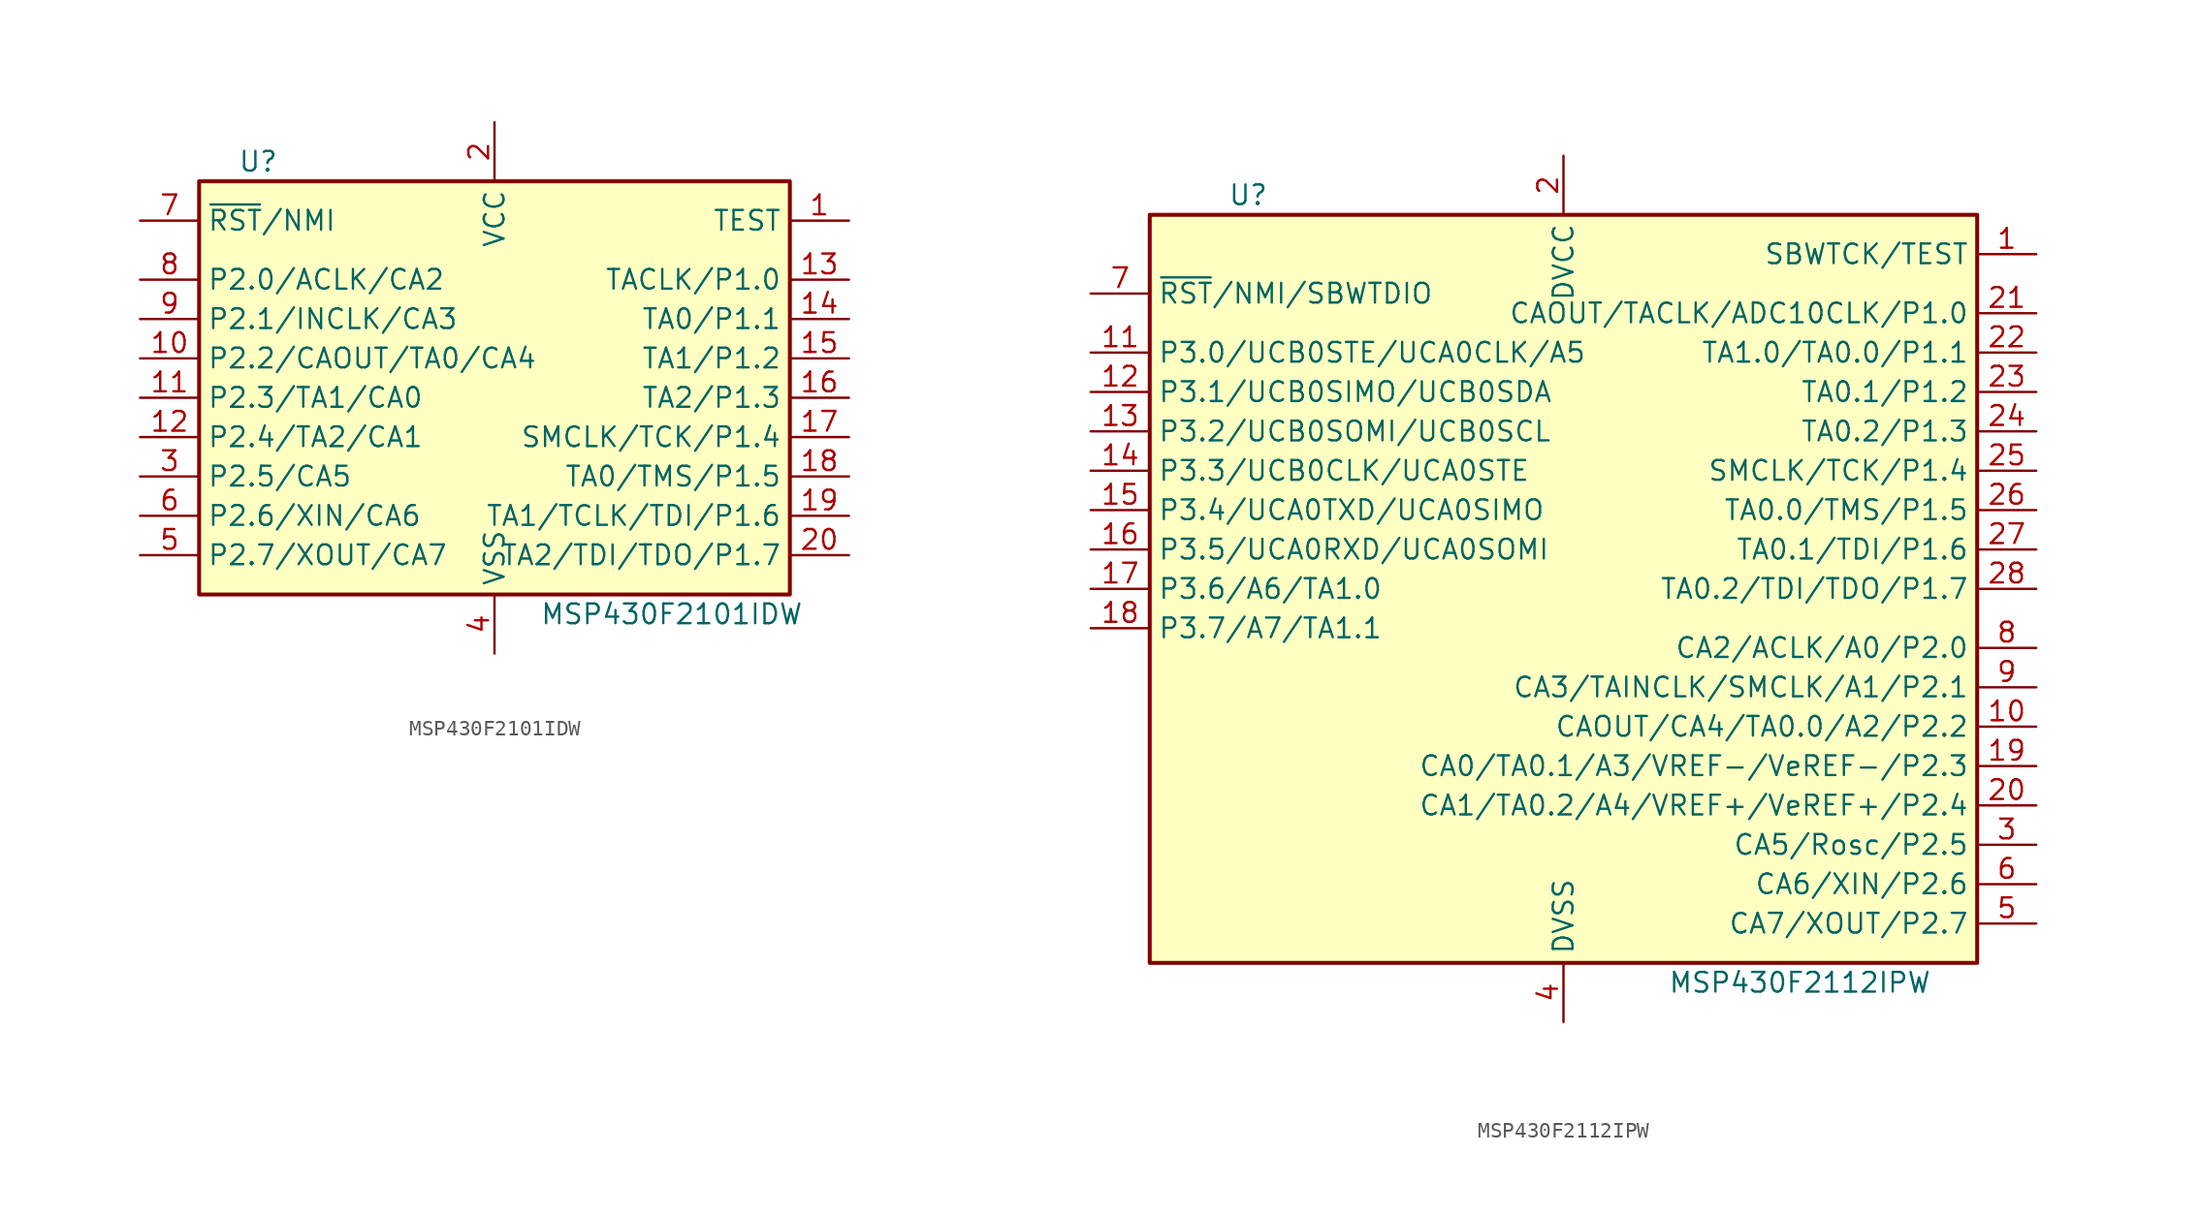
<source format=kicad_sym>
(kicad_symbol_lib
  (version 20201005)
  (generator kicad_symbol_editor)
  (symbol "MSP430F2101IDW"
    (property "Reference" "U"
      (at -15.24 15.24 0)
      (effects (font (size 1.27 1.27))))
    (property "Value" "MSP430F2101IDW"
      (at 11.43 -13.97 0)
      (effects (font (size 1.27 1.27))))
    (symbol "MSP430F2101IDW_0_1"
      (rectangle (start -19.05 13.97) (end 19.05 -12.7) (stroke (width 0.254)) (fill (type background))))
    (symbol "MSP430F2101IDW_1_1"
      (pin input line (at 22.86 11.43 180) (length 3.81) (name "TEST" (effects (font (size 1.27 1.27)))) (number "1" (effects (font (size 1.27 1.27)))))
      (pin bidirectional line (at -22.86 2.54 0) (length 3.81) (name "P2.2/CAOUT/TA0/CA4" (effects (font (size 1.27 1.27)))) (number "10" (effects (font (size 1.27 1.27)))))
      (pin bidirectional line (at -22.86 0 0) (length 3.81) (name "P2.3/TA1/CA0" (effects (font (size 1.27 1.27)))) (number "11" (effects (font (size 1.27 1.27)))))
      (pin bidirectional line (at -22.86 -2.54 0) (length 3.81) (name "P2.4/TA2/CA1" (effects (font (size 1.27 1.27)))) (number "12" (effects (font (size 1.27 1.27)))))
      (pin bidirectional line (at 22.86 7.62 180) (length 3.81) (name "TACLK/P1.0" (effects (font (size 1.27 1.27)))) (number "13" (effects (font (size 1.27 1.27)))))
      (pin bidirectional line (at 22.86 5.08 180) (length 3.81) (name "TA0/P1.1" (effects (font (size 1.27 1.27)))) (number "14" (effects (font (size 1.27 1.27)))))
      (pin bidirectional line (at 22.86 2.54 180) (length 3.81) (name "TA1/P1.2" (effects (font (size 1.27 1.27)))) (number "15" (effects (font (size 1.27 1.27)))))
      (pin bidirectional line (at 22.86 0 180) (length 3.81) (name "TA2/P1.3" (effects (font (size 1.27 1.27)))) (number "16" (effects (font (size 1.27 1.27)))))
      (pin bidirectional line (at 22.86 -2.54 180) (length 3.81) (name "SMCLK/TCK/P1.4" (effects (font (size 1.27 1.27)))) (number "17" (effects (font (size 1.27 1.27)))))
      (pin bidirectional line (at 22.86 -5.08 180) (length 3.81) (name "TA0/TMS/P1.5" (effects (font (size 1.27 1.27)))) (number "18" (effects (font (size 1.27 1.27)))))
      (pin bidirectional line (at 22.86 -7.62 180) (length 3.81) (name "TA1/TCLK/TDI/P1.6" (effects (font (size 1.27 1.27)))) (number "19" (effects (font (size 1.27 1.27)))))
      (pin power_in line (at 0 17.78 270) (length 3.81) (name "VCC" (effects (font (size 1.27 1.27)))) (number "2" (effects (font (size 1.27 1.27)))))
      (pin bidirectional line (at 22.86 -10.16 180) (length 3.81) (name "TA2/TDI/TDO/P1.7" (effects (font (size 1.27 1.27)))) (number "20" (effects (font (size 1.27 1.27)))))
      (pin bidirectional line (at -22.86 -5.08 0) (length 3.81) (name "P2.5/CA5" (effects (font (size 1.27 1.27)))) (number "3" (effects (font (size 1.27 1.27)))))
      (pin power_in line (at 0 -16.51 90) (length 3.81) (name "VSS" (effects (font (size 1.27 1.27)))) (number "4" (effects (font (size 1.27 1.27)))))
      (pin bidirectional line (at -22.86 -10.16 0) (length 3.81) (name "P2.7/XOUT/CA7" (effects (font (size 1.27 1.27)))) (number "5" (effects (font (size 1.27 1.27)))))
      (pin bidirectional line (at -22.86 -7.62 0) (length 3.81) (name "P2.6/XIN/CA6" (effects (font (size 1.27 1.27)))) (number "6" (effects (font (size 1.27 1.27)))))
      (pin input line (at -22.86 11.43 0) (length 3.81) (name "~RST~/NMI" (effects (font (size 1.27 1.27)))) (number "7" (effects (font (size 1.27 1.27)))))
      (pin bidirectional line (at -22.86 7.62 0) (length 3.81) (name "P2.0/ACLK/CA2" (effects (font (size 1.27 1.27)))) (number "8" (effects (font (size 1.27 1.27)))))
      (pin bidirectional line (at -22.86 5.08 0) (length 3.81) (name "P2.1/INCLK/CA3" (effects (font (size 1.27 1.27)))) (number "9" (effects (font (size 1.27 1.27)))))))
  (symbol "MSP430F2112IPW"
    (property "Reference" "U"
      (at -20.32 25.4 0)
      (effects (font (size 1.27 1.27))))
    (property "Value" "MSP430F2112IPW"
      (at 15.24 -25.4 0)
      (effects (font (size 1.27 1.27))))
    (symbol "MSP430F2112IPW_0_1"
      (rectangle (start -26.67 24.13) (end 26.67 -24.13) (stroke (width 0.254)) (fill (type background))))
    (symbol "MSP430F2112IPW_1_1"
      (pin input line (at 30.48 21.59 180) (length 3.81) (name "SBWTCK/TEST" (effects (font (size 1.27 1.27)))) (number "1" (effects (font (size 1.27 1.27)))))
      (pin bidirectional line (at 30.48 -8.89 180) (length 3.81) (name "CAOUT/CA4/TA0.0/A2/P2.2" (effects (font (size 1.27 1.27)))) (number "10" (effects (font (size 1.27 1.27)))))
      (pin bidirectional line (at -30.48 15.24 0) (length 3.81) (name "P3.0/UCB0STE/UCA0CLK/A5" (effects (font (size 1.27 1.27)))) (number "11" (effects (font (size 1.27 1.27)))))
      (pin bidirectional line (at -30.48 12.7 0) (length 3.81) (name "P3.1/UCB0SIMO/UCB0SDA" (effects (font (size 1.27 1.27)))) (number "12" (effects (font (size 1.27 1.27)))))
      (pin bidirectional line (at -30.48 10.16 0) (length 3.81) (name "P3.2/UCB0SOMI/UCB0SCL" (effects (font (size 1.27 1.27)))) (number "13" (effects (font (size 1.27 1.27)))))
      (pin bidirectional line (at -30.48 7.62 0) (length 3.81) (name "P3.3/UCB0CLK/UCA0STE" (effects (font (size 1.27 1.27)))) (number "14" (effects (font (size 1.27 1.27)))))
      (pin bidirectional line (at -30.48 5.08 0) (length 3.81) (name "P3.4/UCA0TXD/UCA0SIMO" (effects (font (size 1.27 1.27)))) (number "15" (effects (font (size 1.27 1.27)))))
      (pin bidirectional line (at -30.48 2.54 0) (length 3.81) (name "P3.5/UCA0RXD/UCA0SOMI" (effects (font (size 1.27 1.27)))) (number "16" (effects (font (size 1.27 1.27)))))
      (pin bidirectional line (at -30.48 0 0) (length 3.81) (name "P3.6/A6/TA1.0" (effects (font (size 1.27 1.27)))) (number "17" (effects (font (size 1.27 1.27)))))
      (pin bidirectional line (at -30.48 -2.54 0) (length 3.81) (name "P3.7/A7/TA1.1" (effects (font (size 1.27 1.27)))) (number "18" (effects (font (size 1.27 1.27)))))
      (pin bidirectional line (at 30.48 -11.43 180) (length 3.81) (name "CA0/TA0.1/A3/VREF-/VeREF-/P2.3" (effects (font (size 1.27 1.27)))) (number "19" (effects (font (size 1.27 1.27)))))
      (pin power_in line (at 0 27.94 270) (length 3.81) (name "DVCC" (effects (font (size 1.27 1.27)))) (number "2" (effects (font (size 1.27 1.27)))))
      (pin bidirectional line (at 30.48 -13.97 180) (length 3.81) (name "CA1/TA0.2/A4/VREF+/VeREF+/P2.4" (effects (font (size 1.27 1.27)))) (number "20" (effects (font (size 1.27 1.27)))))
      (pin bidirectional line (at 30.48 17.78 180) (length 3.81) (name "CAOUT/TACLK/ADC10CLK/P1.0" (effects (font (size 1.27 1.27)))) (number "21" (effects (font (size 1.27 1.27)))))
      (pin bidirectional line (at 30.48 15.24 180) (length 3.81) (name "TA1.0/TA0.0/P1.1" (effects (font (size 1.27 1.27)))) (number "22" (effects (font (size 1.27 1.27)))))
      (pin bidirectional line (at 30.48 12.7 180) (length 3.81) (name "TA0.1/P1.2" (effects (font (size 1.27 1.27)))) (number "23" (effects (font (size 1.27 1.27)))))
      (pin bidirectional line (at 30.48 10.16 180) (length 3.81) (name "TA0.2/P1.3" (effects (font (size 1.27 1.27)))) (number "24" (effects (font (size 1.27 1.27)))))
      (pin bidirectional line (at 30.48 7.62 180) (length 3.81) (name "SMCLK/TCK/P1.4" (effects (font (size 1.27 1.27)))) (number "25" (effects (font (size 1.27 1.27)))))
      (pin bidirectional line (at 30.48 5.08 180) (length 3.81) (name "TA0.0/TMS/P1.5" (effects (font (size 1.27 1.27)))) (number "26" (effects (font (size 1.27 1.27)))))
      (pin bidirectional line (at 30.48 2.54 180) (length 3.81) (name "TA0.1/TDI/P1.6" (effects (font (size 1.27 1.27)))) (number "27" (effects (font (size 1.27 1.27)))))
      (pin bidirectional line (at 30.48 0 180) (length 3.81) (name "TA0.2/TDI/TDO/P1.7" (effects (font (size 1.27 1.27)))) (number "28" (effects (font (size 1.27 1.27)))))
      (pin bidirectional line (at 30.48 -16.51 180) (length 3.81) (name "CA5/Rosc/P2.5" (effects (font (size 1.27 1.27)))) (number "3" (effects (font (size 1.27 1.27)))))
      (pin power_in line (at 0 -27.94 90) (length 3.81) (name "DVSS" (effects (font (size 1.27 1.27)))) (number "4" (effects (font (size 1.27 1.27)))))
      (pin bidirectional line (at 30.48 -21.59 180) (length 3.81) (name "CA7/XOUT/P2.7" (effects (font (size 1.27 1.27)))) (number "5" (effects (font (size 1.27 1.27)))))
      (pin bidirectional line (at 30.48 -19.05 180) (length 3.81) (name "CA6/XIN/P2.6" (effects (font (size 1.27 1.27)))) (number "6" (effects (font (size 1.27 1.27)))))
      (pin bidirectional line (at -30.48 19.05 0) (length 3.81) (name "~RST~/NMI/SBWTDIO" (effects (font (size 1.27 1.27)))) (number "7" (effects (font (size 1.27 1.27)))))
      (pin bidirectional line (at 30.48 -3.81 180) (length 3.81) (name "CA2/ACLK/A0/P2.0" (effects (font (size 1.27 1.27)))) (number "8" (effects (font (size 1.27 1.27)))))
      (pin bidirectional line (at 30.48 -6.35 180) (length 3.81) (name "CA3/TAINCLK/SMCLK/A1/P2.1" (effects (font (size 1.27 1.27)))) (number "9" (effects (font (size 1.27 1.27))))))))
</source>
